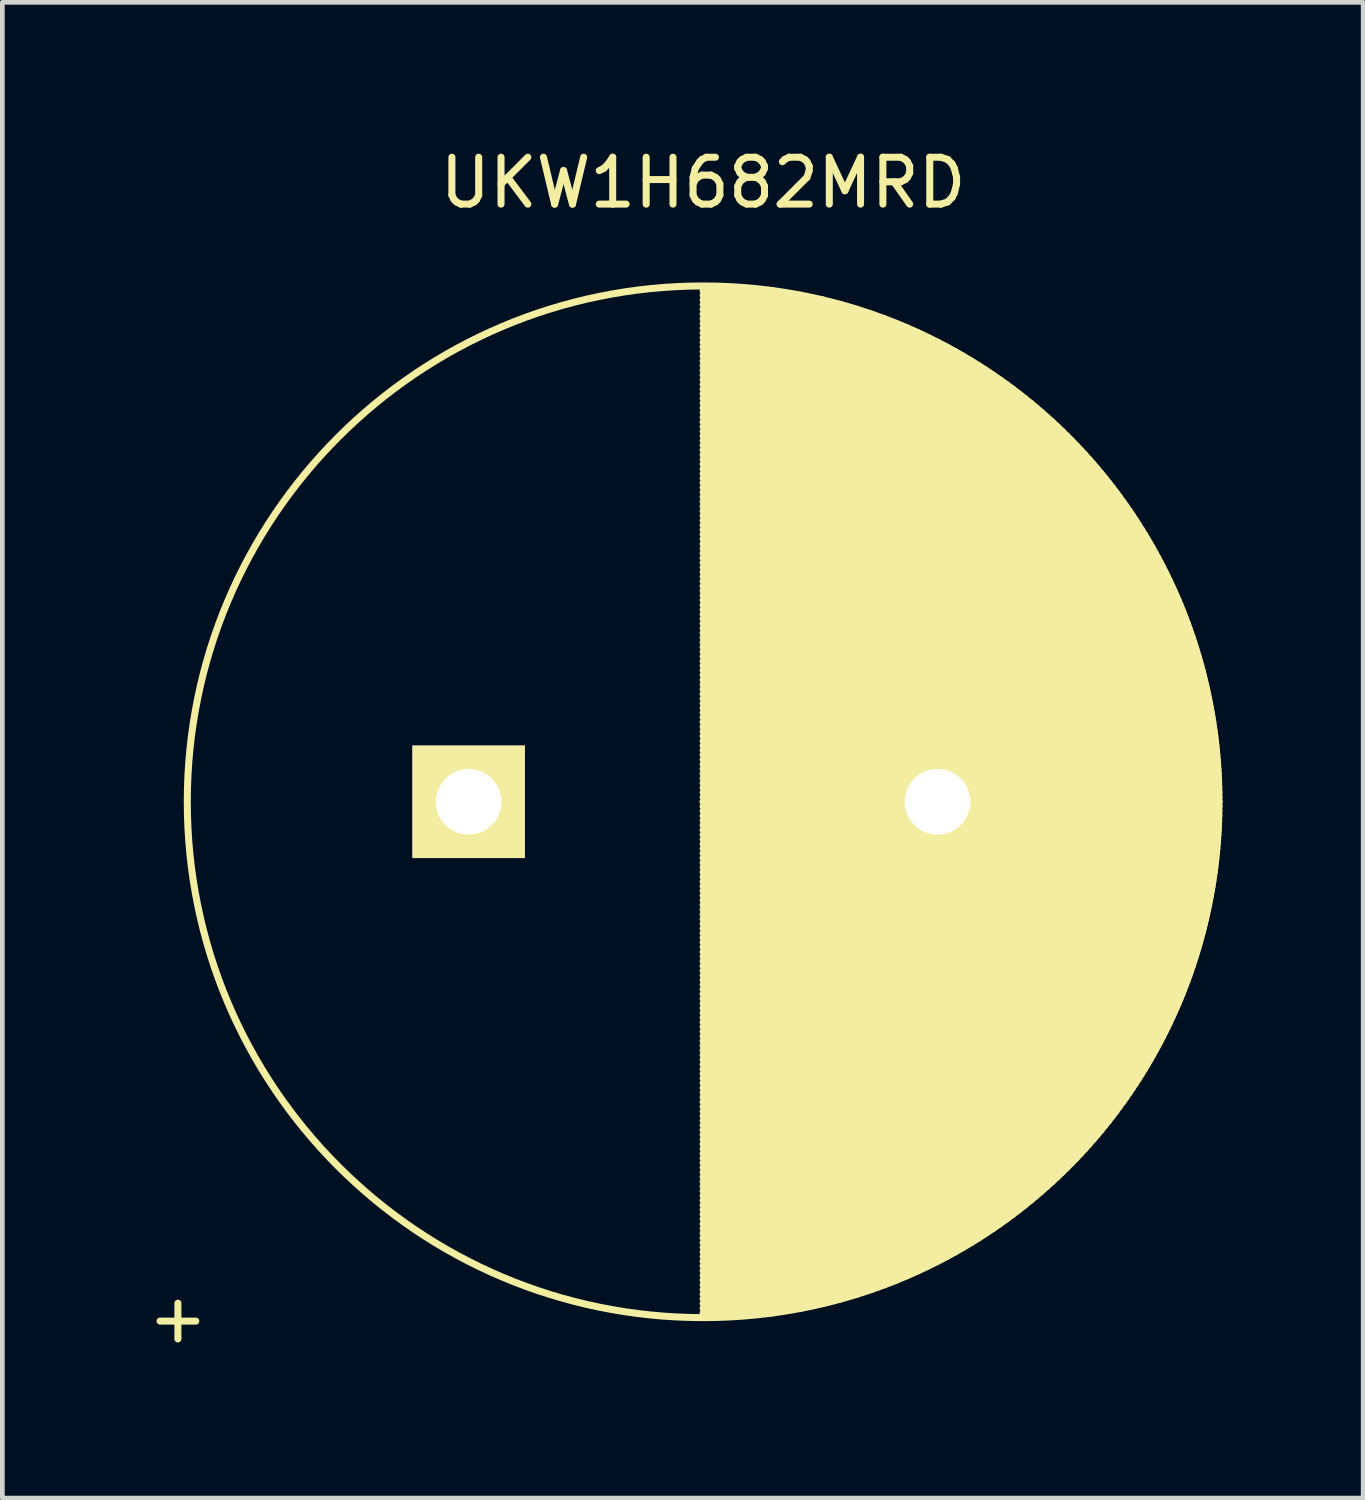
<source format=kicad_pcb>
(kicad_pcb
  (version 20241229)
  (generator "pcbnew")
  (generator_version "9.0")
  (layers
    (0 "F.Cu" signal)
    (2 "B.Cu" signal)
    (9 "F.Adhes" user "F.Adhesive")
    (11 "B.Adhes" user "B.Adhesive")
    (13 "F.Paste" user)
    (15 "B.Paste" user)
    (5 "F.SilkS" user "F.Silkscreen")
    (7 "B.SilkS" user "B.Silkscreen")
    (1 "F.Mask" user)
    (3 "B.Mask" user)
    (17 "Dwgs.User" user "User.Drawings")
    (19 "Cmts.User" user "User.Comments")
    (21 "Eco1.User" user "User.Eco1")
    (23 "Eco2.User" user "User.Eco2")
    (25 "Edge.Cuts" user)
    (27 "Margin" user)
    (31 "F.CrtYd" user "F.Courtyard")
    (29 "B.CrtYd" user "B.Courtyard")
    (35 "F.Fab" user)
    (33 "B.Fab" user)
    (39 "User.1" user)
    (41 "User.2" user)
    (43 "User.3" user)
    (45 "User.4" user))
  (footprint "UKW1H682MRD"
    (layer "F.Cu")
    (at 6.944 14.048)
    (property "Reference" "UKW1H682MRD" (at 5 -13.2 0) (layer "F.SilkS") (effects (font (size 1 1) (thickness 0.15))))
    (attr through_hole)
    (fp_line (start 5 -10.9) (end 6.48 -10.9) (stroke (width 0.15) (type solid)) (layer "F.SilkS"))
    (fp_line (start 5 -10.8) (end 7.088 -10.8) (stroke (width 0.15) (type solid)) (layer "F.SilkS"))
    (fp_line (start 5 -10.7) (end 7.551 -10.7) (stroke (width 0.15) (type solid)) (layer "F.SilkS"))
    (fp_line (start 5 -10.6) (end 7.939 -10.6) (stroke (width 0.15) (type solid)) (layer "F.SilkS"))
    (fp_line (start 5 -10.5) (end 8.279 -10.5) (stroke (width 0.15) (type solid)) (layer "F.SilkS"))
    (fp_line (start 5 -10.4) (end 8.583 -10.4) (stroke (width 0.15) (type solid)) (layer "F.SilkS"))
    (fp_line (start 5 -10.3) (end 8.861 -10.3) (stroke (width 0.15) (type solid)) (layer "F.SilkS"))
    (fp_line (start 5 -10.2) (end 9.118 -10.2) (stroke (width 0.15) (type solid)) (layer "F.SilkS"))
    (fp_line (start 5 -10.1) (end 9.358 -10.1) (stroke (width 0.15) (type solid)) (layer "F.SilkS"))
    (fp_line (start 5 -10) (end 9.583 -10) (stroke (width 0.15) (type solid)) (layer "F.SilkS"))
    (fp_line (start 5 -9.9) (end 9.795 -9.9) (stroke (width 0.15) (type solid)) (layer "F.SilkS"))
    (fp_line (start 5 -9.8) (end 9.996 -9.8) (stroke (width 0.15) (type solid)) (layer "F.SilkS"))
    (fp_line (start 5 -9.7) (end 10.187 -9.7) (stroke (width 0.15) (type solid)) (layer "F.SilkS"))
    (fp_line (start 5 -9.6) (end 10.37 -9.6) (stroke (width 0.15) (type solid)) (layer "F.SilkS"))
    (fp_line (start 5 -9.5) (end 10.545 -9.5) (stroke (width 0.15) (type solid)) (layer "F.SilkS"))
    (fp_line (start 5 -9.4) (end 10.713 -9.4) (stroke (width 0.15) (type solid)) (layer "F.SilkS"))
    (fp_line (start 5 -9.3) (end 10.875 -9.3) (stroke (width 0.15) (type solid)) (layer "F.SilkS"))
    (fp_line (start 5 -9.2) (end 11.03 -9.2) (stroke (width 0.15) (type solid)) (layer "F.SilkS"))
    (fp_line (start 5 -9.1) (end 11.18 -9.1) (stroke (width 0.15) (type solid)) (layer "F.SilkS"))
    (fp_line (start 5 -9) (end 11.325 -9) (stroke (width 0.15) (type solid)) (layer "F.SilkS"))
    (fp_line (start 5 -8.9) (end 11.465 -8.9) (stroke (width 0.15) (type solid)) (layer "F.SilkS"))
    (fp_line (start 5 -8.8) (end 11.6 -8.8) (stroke (width 0.15) (type solid)) (layer "F.SilkS"))
    (fp_line (start 5 -8.7) (end 11.731 -8.7) (stroke (width 0.15) (type solid)) (layer "F.SilkS"))
    (fp_line (start 5 -8.6) (end 11.859 -8.6) (stroke (width 0.15) (type solid)) (layer "F.SilkS"))
    (fp_line (start 5 -8.5) (end 11.982 -8.5) (stroke (width 0.15) (type solid)) (layer "F.SilkS"))
    (fp_line (start 5 -8.4) (end 12.102 -8.4) (stroke (width 0.15) (type solid)) (layer "F.SilkS"))
    (fp_line (start 5 -8.3) (end 12.219 -8.3) (stroke (width 0.15) (type solid)) (layer "F.SilkS"))
    (fp_line (start 5 -8.2) (end 12.332 -8.2) (stroke (width 0.15) (type solid)) (layer "F.SilkS"))
    (fp_line (start 5 -8.1) (end 12.442 -8.1) (stroke (width 0.15) (type solid)) (layer "F.SilkS"))
    (fp_line (start 5 -8) (end 12.55 -8) (stroke (width 0.15) (type solid)) (layer "F.SilkS"))
    (fp_line (start 5 -7.9) (end 12.654 -7.9) (stroke (width 0.15) (type solid)) (layer "F.SilkS"))
    (fp_line (start 5 -7.8) (end 12.756 -7.8) (stroke (width 0.15) (type solid)) (layer "F.SilkS"))
    (fp_line (start 5 -7.7) (end 12.856 -7.7) (stroke (width 0.15) (type solid)) (layer "F.SilkS"))
    (fp_line (start 5 -7.6) (end 12.952 -7.6) (stroke (width 0.15) (type solid)) (layer "F.SilkS"))
    (fp_line (start 5 -7.5) (end 13.047 -7.5) (stroke (width 0.15) (type solid)) (layer "F.SilkS"))
    (fp_line (start 5 -7.4) (end 13.139 -7.4) (stroke (width 0.15) (type solid)) (layer "F.SilkS"))
    (fp_line (start 5 -7.3) (end 13.229 -7.3) (stroke (width 0.15) (type solid)) (layer "F.SilkS"))
    (fp_line (start 5 -7.2) (end 13.316 -7.2) (stroke (width 0.15) (type solid)) (layer "F.SilkS"))
    (fp_line (start 5 -7.1) (end 13.402 -7.1) (stroke (width 0.15) (type solid)) (layer "F.SilkS"))
    (fp_line (start 5 -7) (end 13.485 -7) (stroke (width 0.15) (type solid)) (layer "F.SilkS"))
    (fp_line (start 5 -6.9) (end 13.567 -6.9) (stroke (width 0.15) (type solid)) (layer "F.SilkS"))
    (fp_line (start 5 -6.8) (end 13.646 -6.8) (stroke (width 0.15) (type solid)) (layer "F.SilkS"))
    (fp_line (start 5 -6.7) (end 13.724 -6.7) (stroke (width 0.15) (type solid)) (layer "F.SilkS"))
    (fp_line (start 5 -6.6) (end 13.8 -6.6) (stroke (width 0.15) (type solid)) (layer "F.SilkS"))
    (fp_line (start 5 -6.5) (end 13.874 -6.5) (stroke (width 0.15) (type solid)) (layer "F.SilkS"))
    (fp_line (start 5 -6.4) (end 13.947 -6.4) (stroke (width 0.15) (type solid)) (layer "F.SilkS"))
    (fp_line (start 5 -6.3) (end 14.017 -6.3) (stroke (width 0.15) (type solid)) (layer "F.SilkS"))
    (fp_line (start 5 -6.2) (end 14.086 -6.2) (stroke (width 0.15) (type solid)) (layer "F.SilkS"))
    (fp_line (start 5 -6.1) (end 14.154 -6.1) (stroke (width 0.15) (type solid)) (layer "F.SilkS"))
    (fp_line (start 5 -6) (end 14.22 -6) (stroke (width 0.15) (type solid)) (layer "F.SilkS"))
    (fp_line (start 5 -5.9) (end 14.284 -5.9) (stroke (width 0.15) (type solid)) (layer "F.SilkS"))
    (fp_line (start 5 -5.8) (end 14.347 -5.8) (stroke (width 0.15) (type solid)) (layer "F.SilkS"))
    (fp_line (start 5 -5.7) (end 14.408 -5.7) (stroke (width 0.15) (type solid)) (layer "F.SilkS"))
    (fp_line (start 5 -5.6) (end 14.468 -5.6) (stroke (width 0.15) (type solid)) (layer "F.SilkS"))
    (fp_line (start 5 -5.5) (end 14.526 -5.5) (stroke (width 0.15) (type solid)) (layer "F.SilkS"))
    (fp_line (start 5 -5.4) (end 14.583 -5.4) (stroke (width 0.15) (type solid)) (layer "F.SilkS"))
    (fp_line (start 5 -5.3) (end 14.639 -5.3) (stroke (width 0.15) (type solid)) (layer "F.SilkS"))
    (fp_line (start 5 -5.2) (end 14.693 -5.2) (stroke (width 0.15) (type solid)) (layer "F.SilkS"))
    (fp_line (start 5 -5.1) (end 14.746 -5.1) (stroke (width 0.15) (type solid)) (layer "F.SilkS"))
    (fp_line (start 5 -5) (end 14.798 -5) (stroke (width 0.15) (type solid)) (layer "F.SilkS"))
    (fp_line (start 5 -4.9) (end 14.848 -4.9) (stroke (width 0.15) (type solid)) (layer "F.SilkS"))
    (fp_line (start 5 -4.8) (end 14.897 -4.8) (stroke (width 0.15) (type solid)) (layer "F.SilkS"))
    (fp_line (start 5 -4.7) (end 14.945 -4.7) (stroke (width 0.15) (type solid)) (layer "F.SilkS"))
    (fp_line (start 5 -4.6) (end 14.992 -4.6) (stroke (width 0.15) (type solid)) (layer "F.SilkS"))
    (fp_line (start 5 -4.5) (end 15.037 -4.5) (stroke (width 0.15) (type solid)) (layer "F.SilkS"))
    (fp_line (start 5 -4.4) (end 15.082 -4.4) (stroke (width 0.15) (type solid)) (layer "F.SilkS"))
    (fp_line (start 5 -4.3) (end 15.125 -4.3) (stroke (width 0.15) (type solid)) (layer "F.SilkS"))
    (fp_line (start 5 -4.2) (end 15.167 -4.2) (stroke (width 0.15) (type solid)) (layer "F.SilkS"))
    (fp_line (start 5 -4.1) (end 15.207 -4.1) (stroke (width 0.15) (type solid)) (layer "F.SilkS"))
    (fp_line (start 5 -4) (end 15.247 -4) (stroke (width 0.15) (type solid)) (layer "F.SilkS"))
    (fp_line (start 5 -3.9) (end 15.285 -3.9) (stroke (width 0.15) (type solid)) (layer "F.SilkS"))
    (fp_line (start 5 -3.8) (end 15.323 -3.8) (stroke (width 0.15) (type solid)) (layer "F.SilkS"))
    (fp_line (start 5 -3.7) (end 15.359 -3.7) (stroke (width 0.15) (type solid)) (layer "F.SilkS"))
    (fp_line (start 5 -3.6) (end 15.394 -3.6) (stroke (width 0.15) (type solid)) (layer "F.SilkS"))
    (fp_line (start 5 -3.5) (end 15.428 -3.5) (stroke (width 0.15) (type solid)) (layer "F.SilkS"))
    (fp_line (start 5 -3.4) (end 15.461 -3.4) (stroke (width 0.15) (type solid)) (layer "F.SilkS"))
    (fp_line (start 5 -3.3) (end 15.493 -3.3) (stroke (width 0.15) (type solid)) (layer "F.SilkS"))
    (fp_line (start 5 -3.2) (end 15.524 -3.2) (stroke (width 0.15) (type solid)) (layer "F.SilkS"))
    (fp_line (start 5 -3.1) (end 15.554 -3.1) (stroke (width 0.15) (type solid)) (layer "F.SilkS"))
    (fp_line (start 5 -3) (end 15.583 -3) (stroke (width 0.15) (type solid)) (layer "F.SilkS"))
    (fp_line (start 5 -2.9) (end 15.611 -2.9) (stroke (width 0.15) (type solid)) (layer "F.SilkS"))
    (fp_line (start 5 -2.8) (end 15.638 -2.8) (stroke (width 0.15) (type solid)) (layer "F.SilkS"))
    (fp_line (start 5 -2.7) (end 15.663 -2.7) (stroke (width 0.15) (type solid)) (layer "F.SilkS"))
    (fp_line (start 5 -2.6) (end 15.688 -2.6) (stroke (width 0.15) (type solid)) (layer "F.SilkS"))
    (fp_line (start 5 -2.5) (end 15.712 -2.5) (stroke (width 0.15) (type solid)) (layer "F.SilkS"))
    (fp_line (start 5 -2.4) (end 15.735 -2.4) (stroke (width 0.15) (type solid)) (layer "F.SilkS"))
    (fp_line (start 5 -2.3) (end 15.757 -2.3) (stroke (width 0.15) (type solid)) (layer "F.SilkS"))
    (fp_line (start 5 -2.2) (end 15.778 -2.2) (stroke (width 0.15) (type solid)) (layer "F.SilkS"))
    (fp_line (start 5 -2.1) (end 15.798 -2.1) (stroke (width 0.15) (type solid)) (layer "F.SilkS"))
    (fp_line (start 5 -2) (end 15.817 -2) (stroke (width 0.15) (type solid)) (layer "F.SilkS"))
    (fp_line (start 5 -1.9) (end 15.835 -1.9) (stroke (width 0.15) (type solid)) (layer "F.SilkS"))
    (fp_line (start 5 -1.8) (end 15.852 -1.8) (stroke (width 0.15) (type solid)) (layer "F.SilkS"))
    (fp_line (start 5 -1.7) (end 15.868 -1.7) (stroke (width 0.15) (type solid)) (layer "F.SilkS"))
    (fp_line (start 5 -1.6) (end 15.883 -1.6) (stroke (width 0.15) (type solid)) (layer "F.SilkS"))
    (fp_line (start 5 -1.5) (end 15.897 -1.5) (stroke (width 0.15) (type solid)) (layer "F.SilkS"))
    (fp_line (start 5 -1.4) (end 15.911 -1.4) (stroke (width 0.15) (type solid)) (layer "F.SilkS"))
    (fp_line (start 5 -1.3) (end 15.923 -1.3) (stroke (width 0.15) (type solid)) (layer "F.SilkS"))
    (fp_line (start 5 -1.2) (end 15.934 -1.2) (stroke (width 0.15) (type solid)) (layer "F.SilkS"))
    (fp_line (start 5 -1.1) (end 15.945 -1.1) (stroke (width 0.15) (type solid)) (layer "F.SilkS"))
    (fp_line (start 5 -1) (end 15.954 -1) (stroke (width 0.15) (type solid)) (layer "F.SilkS"))
    (fp_line (start 5 -0.9) (end 15.963 -0.9) (stroke (width 0.15) (type solid)) (layer "F.SilkS"))
    (fp_line (start 5 -0.8) (end 15.971 -0.8) (stroke (width 0.15) (type solid)) (layer "F.SilkS"))
    (fp_line (start 5 -0.7) (end 15.978 -0.7) (stroke (width 0.15) (type solid)) (layer "F.SilkS"))
    (fp_line (start 5 -0.6) (end 15.984 -0.6) (stroke (width 0.15) (type solid)) (layer "F.SilkS"))
    (fp_line (start 5 -0.5) (end 15.989 -0.5) (stroke (width 0.15) (type solid)) (layer "F.SilkS"))
    (fp_line (start 5 -0.4) (end 15.993 -0.4) (stroke (width 0.15) (type solid)) (layer "F.SilkS"))
    (fp_line (start 5 -0.3) (end 15.996 -0.3) (stroke (width 0.15) (type solid)) (layer "F.SilkS"))
    (fp_line (start 5 -0.2) (end 15.998 -0.2) (stroke (width 0.15) (type solid)) (layer "F.SilkS"))
    (fp_line (start 5 -0.1) (end 16 -0.1) (stroke (width 0.15) (type solid)) (layer "F.SilkS"))
    (fp_line (start 5 0) (end 16 0) (stroke (width 0.15) (type solid)) (layer "F.SilkS"))
    (fp_line (start 5 0) (end 16 0) (stroke (width 0.15) (type solid)) (layer "F.SilkS"))
    (fp_line (start 5 0.1) (end 16 0.1) (stroke (width 0.15) (type solid)) (layer "F.SilkS"))
    (fp_line (start 5 0.2) (end 15.998 0.2) (stroke (width 0.15) (type solid)) (layer "F.SilkS"))
    (fp_line (start 5 0.3) (end 15.996 0.3) (stroke (width 0.15) (type solid)) (layer "F.SilkS"))
    (fp_line (start 5 0.4) (end 15.993 0.4) (stroke (width 0.15) (type solid)) (layer "F.SilkS"))
    (fp_line (start 5 0.5) (end 15.989 0.5) (stroke (width 0.15) (type solid)) (layer "F.SilkS"))
    (fp_line (start 5 0.6) (end 15.984 0.6) (stroke (width 0.15) (type solid)) (layer "F.SilkS"))
    (fp_line (start 5 0.7) (end 15.978 0.7) (stroke (width 0.15) (type solid)) (layer "F.SilkS"))
    (fp_line (start 5 0.8) (end 15.971 0.8) (stroke (width 0.15) (type solid)) (layer "F.SilkS"))
    (fp_line (start 5 0.9) (end 15.963 0.9) (stroke (width 0.15) (type solid)) (layer "F.SilkS"))
    (fp_line (start 5 1) (end 15.954 1) (stroke (width 0.15) (type solid)) (layer "F.SilkS"))
    (fp_line (start 5 1.1) (end 15.945 1.1) (stroke (width 0.15) (type solid)) (layer "F.SilkS"))
    (fp_line (start 5 1.2) (end 15.934 1.2) (stroke (width 0.15) (type solid)) (layer "F.SilkS"))
    (fp_line (start 5 1.3) (end 15.923 1.3) (stroke (width 0.15) (type solid)) (layer "F.SilkS"))
    (fp_line (start 5 1.4) (end 15.911 1.4) (stroke (width 0.15) (type solid)) (layer "F.SilkS"))
    (fp_line (start 5 1.5) (end 15.897 1.5) (stroke (width 0.15) (type solid)) (layer "F.SilkS"))
    (fp_line (start 5 1.6) (end 15.883 1.6) (stroke (width 0.15) (type solid)) (layer "F.SilkS"))
    (fp_line (start 5 1.7) (end 15.868 1.7) (stroke (width 0.15) (type solid)) (layer "F.SilkS"))
    (fp_line (start 5 1.8) (end 15.852 1.8) (stroke (width 0.15) (type solid)) (layer "F.SilkS"))
    (fp_line (start 5 1.9) (end 15.835 1.9) (stroke (width 0.15) (type solid)) (layer "F.SilkS"))
    (fp_line (start 5 2) (end 15.817 2) (stroke (width 0.15) (type solid)) (layer "F.SilkS"))
    (fp_line (start 5 2.1) (end 15.798 2.1) (stroke (width 0.15) (type solid)) (layer "F.SilkS"))
    (fp_line (start 5 2.2) (end 15.778 2.2) (stroke (width 0.15) (type solid)) (layer "F.SilkS"))
    (fp_line (start 5 2.3) (end 15.757 2.3) (stroke (width 0.15) (type solid)) (layer "F.SilkS"))
    (fp_line (start 5 2.4) (end 15.735 2.4) (stroke (width 0.15) (type solid)) (layer "F.SilkS"))
    (fp_line (start 5 2.5) (end 15.712 2.5) (stroke (width 0.15) (type solid)) (layer "F.SilkS"))
    (fp_line (start 5 2.6) (end 15.688 2.6) (stroke (width 0.15) (type solid)) (layer "F.SilkS"))
    (fp_line (start 5 2.7) (end 15.663 2.7) (stroke (width 0.15) (type solid)) (layer "F.SilkS"))
    (fp_line (start 5 2.8) (end 15.638 2.8) (stroke (width 0.15) (type solid)) (layer "F.SilkS"))
    (fp_line (start 5 2.9) (end 15.611 2.9) (stroke (width 0.15) (type solid)) (layer "F.SilkS"))
    (fp_line (start 5 3) (end 15.583 3) (stroke (width 0.15) (type solid)) (layer "F.SilkS"))
    (fp_line (start 5 3.1) (end 15.554 3.1) (stroke (width 0.15) (type solid)) (layer "F.SilkS"))
    (fp_line (start 5 3.2) (end 15.524 3.2) (stroke (width 0.15) (type solid)) (layer "F.SilkS"))
    (fp_line (start 5 3.3) (end 15.493 3.3) (stroke (width 0.15) (type solid)) (layer "F.SilkS"))
    (fp_line (start 5 3.4) (end 15.461 3.4) (stroke (width 0.15) (type solid)) (layer "F.SilkS"))
    (fp_line (start 5 3.5) (end 15.428 3.5) (stroke (width 0.15) (type solid)) (layer "F.SilkS"))
    (fp_line (start 5 3.6) (end 15.394 3.6) (stroke (width 0.15) (type solid)) (layer "F.SilkS"))
    (fp_line (start 5 3.7) (end 15.359 3.7) (stroke (width 0.15) (type solid)) (layer "F.SilkS"))
    (fp_line (start 5 3.8) (end 15.323 3.8) (stroke (width 0.15) (type solid)) (layer "F.SilkS"))
    (fp_line (start 5 3.9) (end 15.285 3.9) (stroke (width 0.15) (type solid)) (layer "F.SilkS"))
    (fp_line (start 5 4) (end 15.247 4) (stroke (width 0.15) (type solid)) (layer "F.SilkS"))
    (fp_line (start 5 4.1) (end 15.207 4.1) (stroke (width 0.15) (type solid)) (layer "F.SilkS"))
    (fp_line (start 5 4.2) (end 15.167 4.2) (stroke (width 0.15) (type solid)) (layer "F.SilkS"))
    (fp_line (start 5 4.3) (end 15.125 4.3) (stroke (width 0.15) (type solid)) (layer "F.SilkS"))
    (fp_line (start 5 4.4) (end 15.082 4.4) (stroke (width 0.15) (type solid)) (layer "F.SilkS"))
    (fp_line (start 5 4.5) (end 15.037 4.5) (stroke (width 0.15) (type solid)) (layer "F.SilkS"))
    (fp_line (start 5 4.6) (end 14.992 4.6) (stroke (width 0.15) (type solid)) (layer "F.SilkS"))
    (fp_line (start 5 4.7) (end 14.945 4.7) (stroke (width 0.15) (type solid)) (layer "F.SilkS"))
    (fp_line (start 5 4.8) (end 14.897 4.8) (stroke (width 0.15) (type solid)) (layer "F.SilkS"))
    (fp_line (start 5 4.9) (end 14.848 4.9) (stroke (width 0.15) (type solid)) (layer "F.SilkS"))
    (fp_line (start 5 5) (end 14.798 5) (stroke (width 0.15) (type solid)) (layer "F.SilkS"))
    (fp_line (start 5 5.1) (end 14.746 5.1) (stroke (width 0.15) (type solid)) (layer "F.SilkS"))
    (fp_line (start 5 5.2) (end 14.693 5.2) (stroke (width 0.15) (type solid)) (layer "F.SilkS"))
    (fp_line (start 5 5.3) (end 14.639 5.3) (stroke (width 0.15) (type solid)) (layer "F.SilkS"))
    (fp_line (start 5 5.4) (end 14.583 5.4) (stroke (width 0.15) (type solid)) (layer "F.SilkS"))
    (fp_line (start 5 5.5) (end 14.526 5.5) (stroke (width 0.15) (type solid)) (layer "F.SilkS"))
    (fp_line (start 5 5.6) (end 14.468 5.6) (stroke (width 0.15) (type solid)) (layer "F.SilkS"))
    (fp_line (start 5 5.7) (end 14.408 5.7) (stroke (width 0.15) (type solid)) (layer "F.SilkS"))
    (fp_line (start 5 5.8) (end 14.347 5.8) (stroke (width 0.15) (type solid)) (layer "F.SilkS"))
    (fp_line (start 5 5.9) (end 14.284 5.9) (stroke (width 0.15) (type solid)) (layer "F.SilkS"))
    (fp_line (start 5 6) (end 14.22 6) (stroke (width 0.15) (type solid)) (layer "F.SilkS"))
    (fp_line (start 5 6.1) (end 14.154 6.1) (stroke (width 0.15) (type solid)) (layer "F.SilkS"))
    (fp_line (start 5 6.2) (end 14.086 6.2) (stroke (width 0.15) (type solid)) (layer "F.SilkS"))
    (fp_line (start 5 6.3) (end 14.017 6.3) (stroke (width 0.15) (type solid)) (layer "F.SilkS"))
    (fp_line (start 5 6.4) (end 13.947 6.4) (stroke (width 0.15) (type solid)) (layer "F.SilkS"))
    (fp_line (start 5 6.5) (end 13.874 6.5) (stroke (width 0.15) (type solid)) (layer "F.SilkS"))
    (fp_line (start 5 6.6) (end 13.8 6.6) (stroke (width 0.15) (type solid)) (layer "F.SilkS"))
    (fp_line (start 5 6.7) (end 13.724 6.7) (stroke (width 0.15) (type solid)) (layer "F.SilkS"))
    (fp_line (start 5 6.8) (end 13.646 6.8) (stroke (width 0.15) (type solid)) (layer "F.SilkS"))
    (fp_line (start 5 6.9) (end 13.567 6.9) (stroke (width 0.15) (type solid)) (layer "F.SilkS"))
    (fp_line (start 5 7) (end 13.485 7) (stroke (width 0.15) (type solid)) (layer "F.SilkS"))
    (fp_line (start 5 7.1) (end 13.402 7.1) (stroke (width 0.15) (type solid)) (layer "F.SilkS"))
    (fp_line (start 5 7.2) (end 13.316 7.2) (stroke (width 0.15) (type solid)) (layer "F.SilkS"))
    (fp_line (start 5 7.3) (end 13.229 7.3) (stroke (width 0.15) (type solid)) (layer "F.SilkS"))
    (fp_line (start 5 7.4) (end 13.139 7.4) (stroke (width 0.15) (type solid)) (layer "F.SilkS"))
    (fp_line (start 5 7.5) (end 13.047 7.5) (stroke (width 0.15) (type solid)) (layer "F.SilkS"))
    (fp_line (start 5 7.6) (end 12.952 7.6) (stroke (width 0.15) (type solid)) (layer "F.SilkS"))
    (fp_line (start 5 7.7) (end 12.856 7.7) (stroke (width 0.15) (type solid)) (layer "F.SilkS"))
    (fp_line (start 5 7.8) (end 12.756 7.8) (stroke (width 0.15) (type solid)) (layer "F.SilkS"))
    (fp_line (start 5 7.9) (end 12.654 7.9) (stroke (width 0.15) (type solid)) (layer "F.SilkS"))
    (fp_line (start 5 8) (end 12.55 8) (stroke (width 0.15) (type solid)) (layer "F.SilkS"))
    (fp_line (start 5 8.1) (end 12.442 8.1) (stroke (width 0.15) (type solid)) (layer "F.SilkS"))
    (fp_line (start 5 8.2) (end 12.332 8.2) (stroke (width 0.15) (type solid)) (layer "F.SilkS"))
    (fp_line (start 5 8.3) (end 12.219 8.3) (stroke (width 0.15) (type solid)) (layer "F.SilkS"))
    (fp_line (start 5 8.4) (end 12.102 8.4) (stroke (width 0.15) (type solid)) (layer "F.SilkS"))
    (fp_line (start 5 8.5) (end 11.982 8.5) (stroke (width 0.15) (type solid)) (layer "F.SilkS"))
    (fp_line (start 5 8.6) (end 11.859 8.6) (stroke (width 0.15) (type solid)) (layer "F.SilkS"))
    (fp_line (start 5 8.7) (end 11.731 8.7) (stroke (width 0.15) (type solid)) (layer "F.SilkS"))
    (fp_line (start 5 8.8) (end 11.6 8.8) (stroke (width 0.15) (type solid)) (layer "F.SilkS"))
    (fp_line (start 5 8.9) (end 11.465 8.9) (stroke (width 0.15) (type solid)) (layer "F.SilkS"))
    (fp_line (start 5 9) (end 11.325 9) (stroke (width 0.15) (type solid)) (layer "F.SilkS"))
    (fp_line (start 5 9.1) (end 11.18 9.1) (stroke (width 0.15) (type solid)) (layer "F.SilkS"))
    (fp_line (start 5 9.2) (end 11.03 9.2) (stroke (width 0.15) (type solid)) (layer "F.SilkS"))
    (fp_line (start 5 9.3) (end 10.875 9.3) (stroke (width 0.15) (type solid)) (layer "F.SilkS"))
    (fp_line (start 5 9.4) (end 10.713 9.4) (stroke (width 0.15) (type solid)) (layer "F.SilkS"))
    (fp_line (start 5 9.5) (end 10.545 9.5) (stroke (width 0.15) (type solid)) (layer "F.SilkS"))
    (fp_line (start 5 9.6) (end 10.37 9.6) (stroke (width 0.15) (type solid)) (layer "F.SilkS"))
    (fp_line (start 5 9.7) (end 10.187 9.7) (stroke (width 0.15) (type solid)) (layer "F.SilkS"))
    (fp_line (start 5 9.8) (end 9.996 9.8) (stroke (width 0.15) (type solid)) (layer "F.SilkS"))
    (fp_line (start 5 9.9) (end 9.795 9.9) (stroke (width 0.15) (type solid)) (layer "F.SilkS"))
    (fp_line (start 5 10) (end 9.583 10) (stroke (width 0.15) (type solid)) (layer "F.SilkS"))
    (fp_line (start 5 10.1) (end 9.358 10.1) (stroke (width 0.15) (type solid)) (layer "F.SilkS"))
    (fp_line (start 5 10.2) (end 9.118 10.2) (stroke (width 0.15) (type solid)) (layer "F.SilkS"))
    (fp_line (start 5 10.3) (end 8.861 10.3) (stroke (width 0.15) (type solid)) (layer "F.SilkS"))
    (fp_line (start 5 10.4) (end 8.583 10.4) (stroke (width 0.15) (type solid)) (layer "F.SilkS"))
    (fp_line (start 5 10.5) (end 8.279 10.5) (stroke (width 0.15) (type solid)) (layer "F.SilkS"))
    (fp_line (start 5 10.6) (end 7.939 10.6) (stroke (width 0.15) (type solid)) (layer "F.SilkS"))
    (fp_line (start 5 10.7) (end 7.551 10.7) (stroke (width 0.15) (type solid)) (layer "F.SilkS"))
    (fp_line (start 5 10.8) (end 7.088 10.8) (stroke (width 0.15) (type solid)) (layer "F.SilkS"))
    (fp_line (start 5 10.9) (end 6.48 10.9) (stroke (width 0.15) (type solid)) (layer "F.SilkS"))
    (fp_circle (center 5 0) (end 5 -11) (stroke (width 0.15) (type solid)) (fill no) (layer "F.SilkS"))
    (fp_text user "+" (at -6.2 11 0) (layer "F.SilkS") (effects (font (size 1 1) (thickness 0.15))))
    (pad "1" thru_hole rect (at 0 0) (size 2.4 2.4) (drill 1.4) (layers "*.Cu" "*.Mask" "F.SilkS"))
    (pad "2" thru_hole circle (at 10 0) (size 2.4 2.4) (drill 1.4) (layers "*.Cu" "*.Mask" "F.SilkS")))
  (gr_rect
    (start -3 -3)
    (end 26.019 28.896)
    (stroke (width 0.1) (type default))
    (fill no)
    (layer "Edge.Cuts")))
</source>
